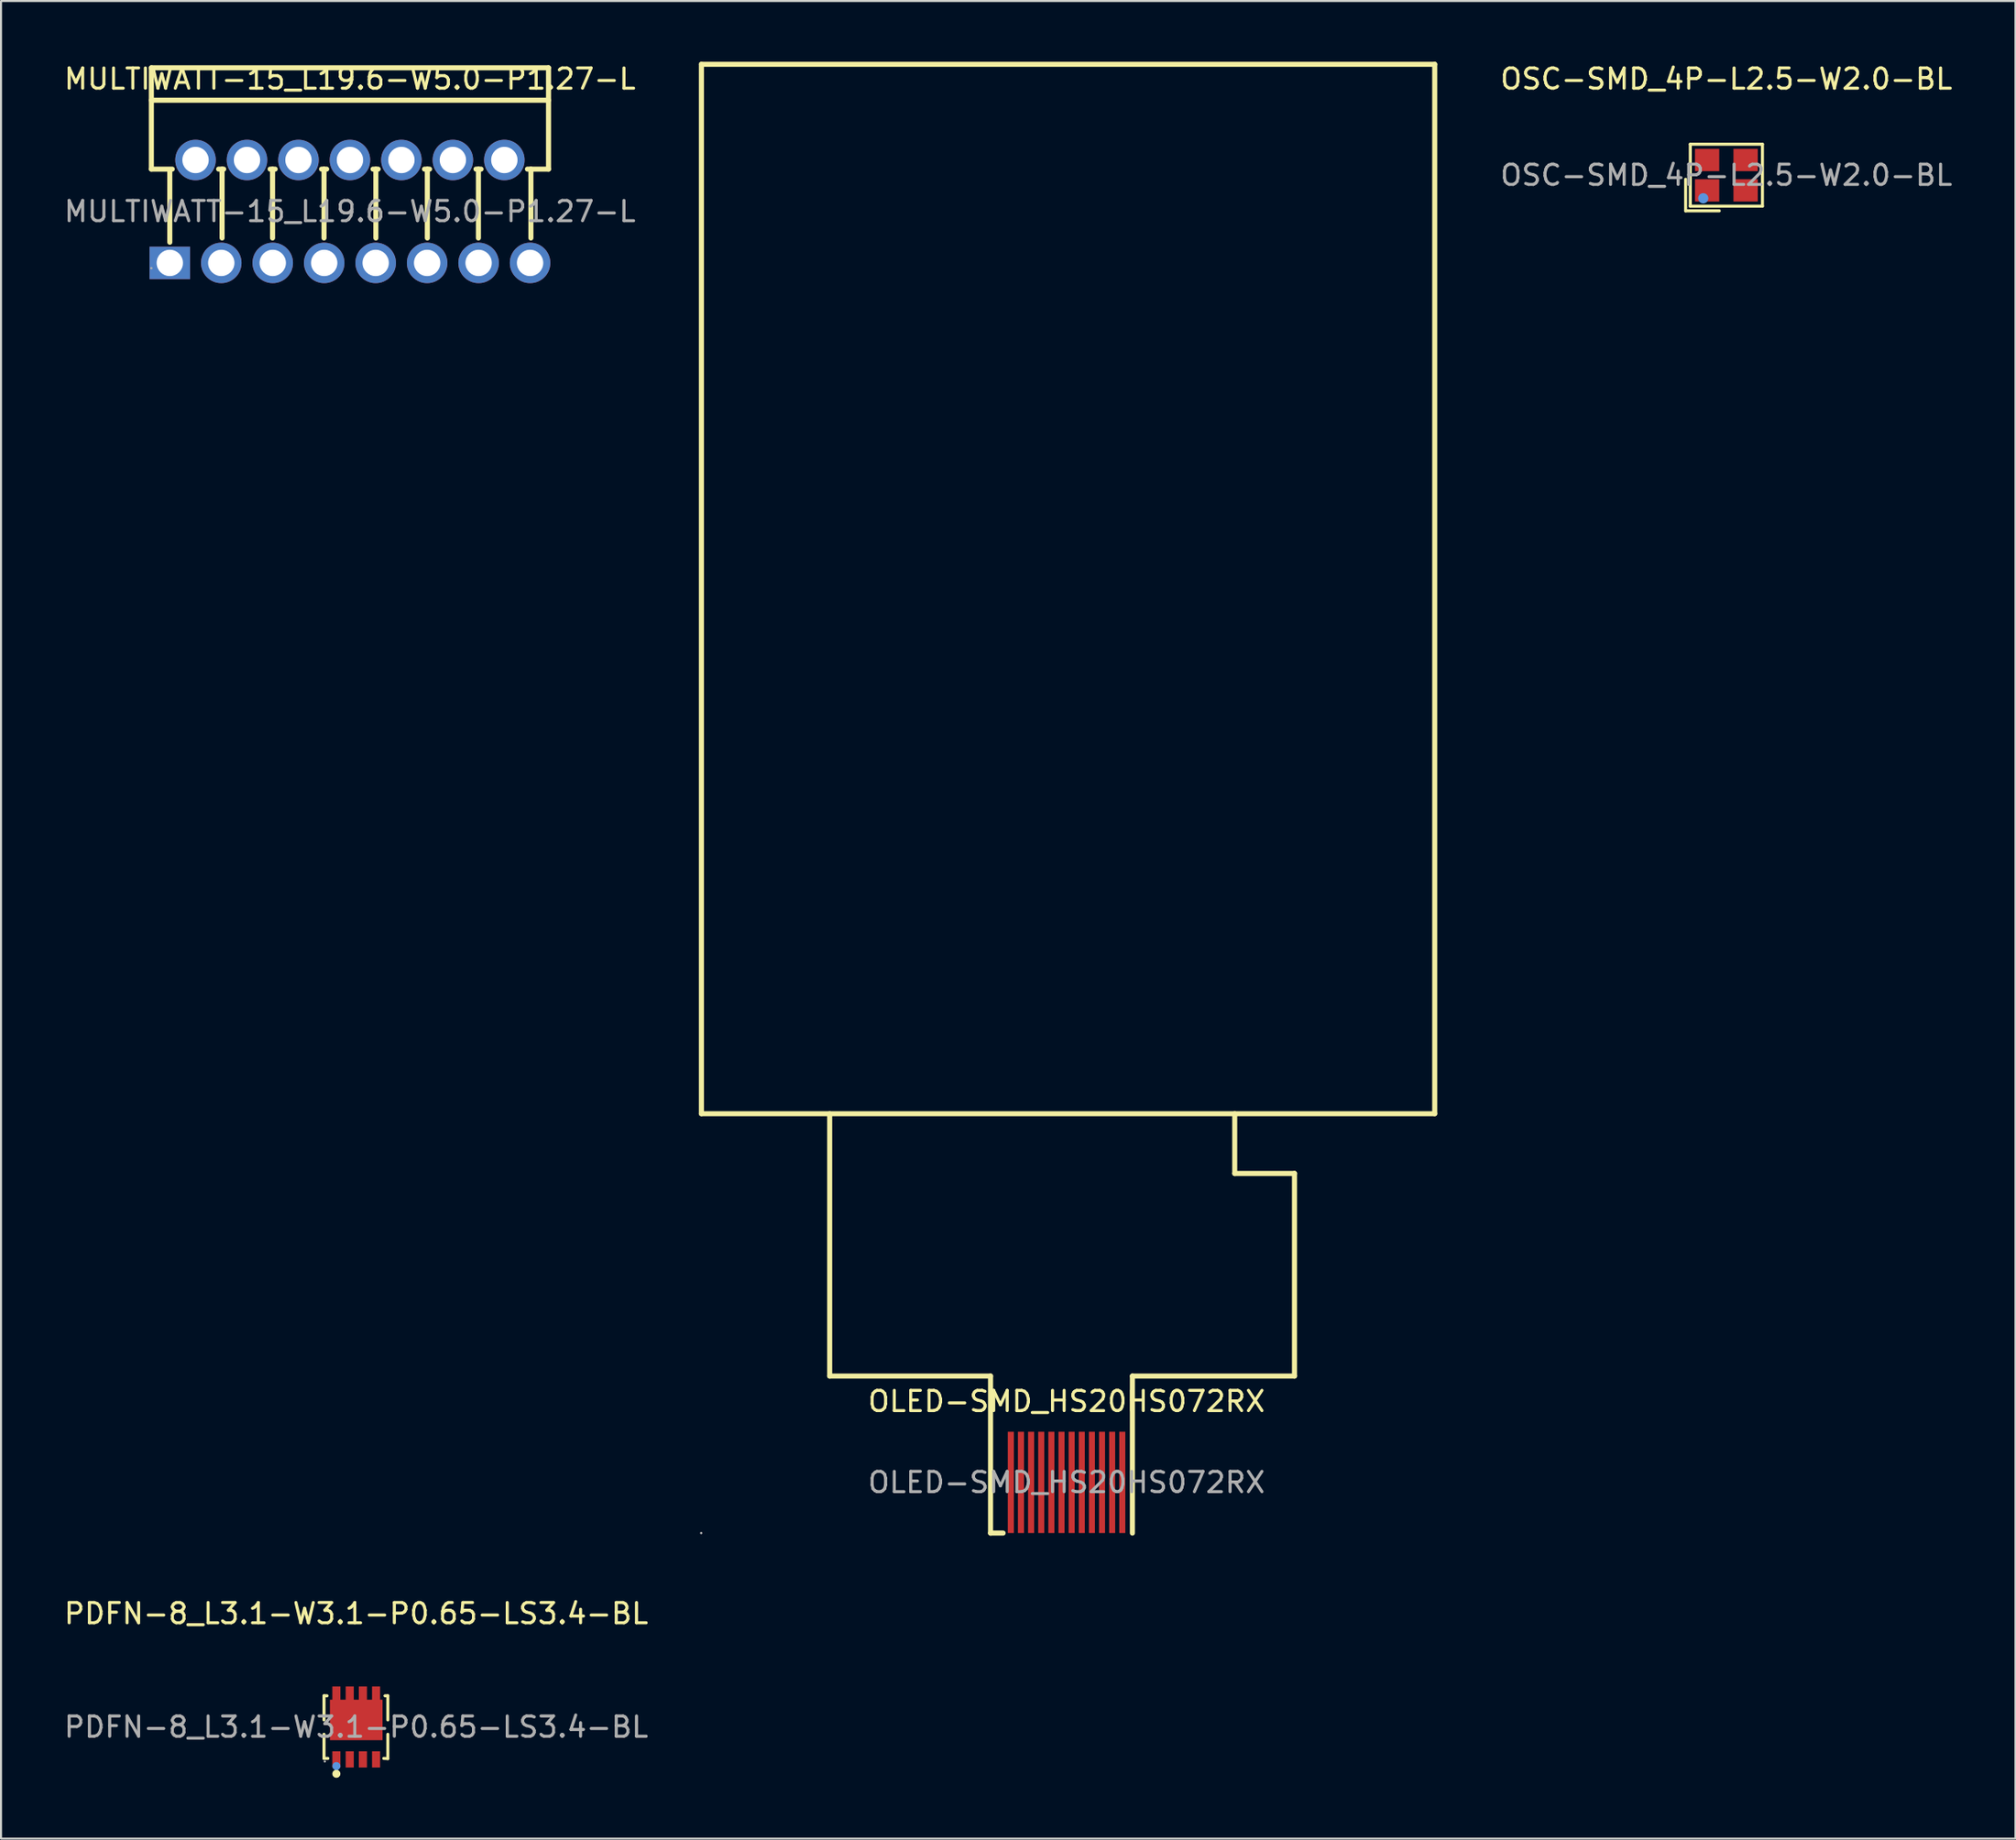
<source format=kicad_pcb>
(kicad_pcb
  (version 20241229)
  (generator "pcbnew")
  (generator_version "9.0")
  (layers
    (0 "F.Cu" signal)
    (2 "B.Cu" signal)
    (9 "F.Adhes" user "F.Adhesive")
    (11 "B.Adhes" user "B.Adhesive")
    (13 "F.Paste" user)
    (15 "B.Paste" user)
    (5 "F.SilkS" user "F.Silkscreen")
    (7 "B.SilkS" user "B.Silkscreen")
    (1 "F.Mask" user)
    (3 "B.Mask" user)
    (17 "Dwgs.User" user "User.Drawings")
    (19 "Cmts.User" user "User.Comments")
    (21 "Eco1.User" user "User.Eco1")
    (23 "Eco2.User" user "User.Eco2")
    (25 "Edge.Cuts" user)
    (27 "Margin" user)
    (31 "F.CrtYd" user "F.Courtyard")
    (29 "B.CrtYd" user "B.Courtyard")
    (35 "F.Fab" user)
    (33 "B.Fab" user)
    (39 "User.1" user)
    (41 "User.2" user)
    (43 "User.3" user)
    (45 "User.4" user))
  (footprint "PDFN-8_L3.1-W3.1-P0.65-LS3.4-BL"
    (layer "F.Cu")
    (at 14.53 82.198)
    (property "Reference" "PDFN-8_L3.1-W3.1-P0.65-LS3.4-BL" (at 0 -5.6 0) (layer "F.SilkS") (effects (font (size 1 1) (thickness 0.15))))
    (attr smd)
    (fp_line (start -1.59 -1.54) (end -1.44 -1.54) (stroke (width 0.15) (type solid)) (layer "F.SilkS"))
    (fp_line (start -1.59 -0.35) (end -1.59 -1.54) (stroke (width 0.15) (type solid)) (layer "F.SilkS"))
    (fp_line (start -1.59 1.55) (end -1.59 0.36) (stroke (width 0.15) (type solid)) (layer "F.SilkS"))
    (fp_line (start -1.59 1.55) (end -1.4 1.55) (stroke (width 0.15) (type solid)) (layer "F.SilkS"))
    (fp_line (start 1.36 1.55) (end 1.56 1.56) (stroke (width 0.15) (type solid)) (layer "F.SilkS"))
    (fp_line (start 1.42 -1.54) (end 1.56 -1.54) (stroke (width 0.15) (type solid)) (layer "F.SilkS"))
    (fp_line (start 1.56 -1.54) (end 1.56 -0.35) (stroke (width 0.15) (type solid)) (layer "F.SilkS"))
    (fp_line (start 1.56 0.36) (end 1.56 1.56) (stroke (width 0.15) (type solid)) (layer "F.SilkS"))
    (fp_circle (center -0.98 2.31) (end -0.88 2.31) (stroke (width 0.2) (type solid)) (fill no) (layer "F.SilkS"))
    (fp_circle (center -0.98 1.93) (end -0.88 1.93) (stroke (width 0.2) (type solid)) (fill no) (layer "Cmts.User"))
    (fp_circle (center -1.55 1.7) (end -1.52 1.7) (stroke (width 0.06) (type solid)) (fill no) (layer "F.Fab"))
    (fp_text user "${REFERENCE}" (at 0 0 0) (layer "F.Fab") (effects (font (size 1 1) (thickness 0.15))))
    (pad "1" smd rect (at -0.98 1.6) (size 0.4 0.8) (layers "F.Cu" "F.Mask" "F.Paste"))
    (pad "2" smd rect (at -0.32 1.6) (size 0.4 0.8) (layers "F.Cu" "F.Mask" "F.Paste"))
    (pad "3" smd rect (at 0.33 1.6) (size 0.4 0.8) (layers "F.Cu" "F.Mask" "F.Paste"))
    (pad "4" smd rect (at 0.98 1.6) (size 0.4 0.8) (layers "F.Cu" "F.Mask" "F.Paste"))
    (pad "5" smd rect (at 0.98 -1.6 180) (size 0.4 0.8) (layers "F.Cu" "F.Mask" "F.Paste"))
    (pad "6" smd rect (at 0.33 -1.6 180) (size 0.4 0.8) (layers "F.Cu" "F.Mask" "F.Paste"))
    (pad "7" smd rect (at -0.32 -1.6 180) (size 0.4 0.8) (layers "F.Cu" "F.Mask" "F.Paste"))
    (pad "8" smd rect (at -0.98 -1.6 180) (size 0.4 0.8) (layers "F.Cu" "F.Mask" "F.Paste"))
    (pad "9" smd rect (at 0 -0.35) (size 2.6 2) (layers "F.Cu" "F.Mask" "F.Paste")))
  (footprint "MULTIWATT-15_L19.6-W5.0-P1.27-L"
    (layer "F.Cu")
    (at 14.22 7.388)
    (property "Reference" "MULTIWATT-15_L19.6-W5.0-P1.27-L" (at 0 -6.54 0) (layer "F.SilkS") (effects (font (size 1 1) (thickness 0.15))))
    (attr smd)
    (fp_line (start -9.8 -7.09) (end 9.8 -7.09) (stroke (width 0.25) (type solid)) (layer "F.SilkS"))
    (fp_line (start -9.8 -5.49) (end 9.8 -5.49) (stroke (width 0.25) (type solid)) (layer "F.SilkS"))
    (fp_line (start -9.8 -2.09) (end -9.8 -7.09) (stroke (width 0.25) (type solid)) (layer "F.SilkS"))
    (fp_line (start -8.89 1.52) (end -8.89 -1.96) (stroke (width 0.25) (type solid)) (layer "F.SilkS"))
    (fp_line (start -8.77 -2.09) (end -9.8 -2.09) (stroke (width 0.25) (type solid)) (layer "F.SilkS"))
    (fp_line (start -6.31 -2.09) (end -6.31 1.31) (stroke (width 0.25) (type solid)) (layer "F.SilkS"))
    (fp_line (start -6.23 -2.09) (end -6.48 -2.09) (stroke (width 0.25) (type solid)) (layer "F.SilkS"))
    (fp_line (start -3.82 -2.09) (end -3.82 1.31) (stroke (width 0.25) (type solid)) (layer "F.SilkS"))
    (fp_line (start -3.69 -2.09) (end -3.94 -2.09) (stroke (width 0.25) (type solid)) (layer "F.SilkS"))
    (fp_line (start -1.28 -2.09) (end -1.28 1.31) (stroke (width 0.25) (type solid)) (layer "F.SilkS"))
    (fp_line (start -1.15 -2.09) (end -1.4 -2.09) (stroke (width 0.25) (type solid)) (layer "F.SilkS"))
    (fp_line (start 1.28 -2.09) (end 1.28 1.31) (stroke (width 0.25) (type solid)) (layer "F.SilkS"))
    (fp_line (start 1.39 -2.09) (end 1.14 -2.09) (stroke (width 0.25) (type solid)) (layer "F.SilkS"))
    (fp_line (start 3.82 -2.09) (end 3.82 1.31) (stroke (width 0.25) (type solid)) (layer "F.SilkS"))
    (fp_line (start 3.93 -2.09) (end 3.68 -2.09) (stroke (width 0.25) (type solid)) (layer "F.SilkS"))
    (fp_line (start 6.34 -2.09) (end 6.34 1.31) (stroke (width 0.25) (type solid)) (layer "F.SilkS"))
    (fp_line (start 6.47 -2.09) (end 6.22 -2.09) (stroke (width 0.25) (type solid)) (layer "F.SilkS"))
    (fp_line (start 8.93 -2.09) (end 8.93 1.31) (stroke (width 0.25) (type solid)) (layer "F.SilkS"))
    (fp_line (start 9.8 -7.09) (end 9.8 -2.09) (stroke (width 0.25) (type solid)) (layer "F.SilkS"))
    (fp_line (start 9.8 -2.09) (end 8.76 -2.09) (stroke (width 0.25) (type solid)) (layer "F.SilkS"))
    (fp_circle (center -9.8 2.8) (end -9.77 2.8) (stroke (width 0.06) (type solid)) (fill no) (layer "F.Fab"))
    (fp_text user "${REFERENCE}" (at 0 0 0) (layer "F.Fab") (effects (font (size 1 1) (thickness 0.15))))
    (pad "1" thru_hole rect (at -8.89 2.54) (size 2 1.6) (drill 1.3) (layers "*.Cu" "*.Mask"))
    (pad "2" thru_hole circle (at -7.62 -2.54) (size 2 2) (drill 1.3) (layers "*.Cu" "*.Mask"))
    (pad "3" thru_hole circle (at -6.35 2.54) (size 2 2) (drill 1.3) (layers "*.Cu" "*.Mask"))
    (pad "4" thru_hole circle (at -5.08 -2.54) (size 2 2) (drill 1.3) (layers "*.Cu" "*.Mask"))
    (pad "5" thru_hole circle (at -3.81 2.54) (size 2 2) (drill 1.3) (layers "*.Cu" "*.Mask"))
    (pad "6" thru_hole circle (at -2.54 -2.54) (size 2 2) (drill 1.3) (layers "*.Cu" "*.Mask"))
    (pad "7" thru_hole circle (at -1.27 2.54) (size 2 2) (drill 1.3) (layers "*.Cu" "*.Mask"))
    (pad "8" thru_hole circle (at 0 -2.54) (size 2 2) (drill 1.3) (layers "*.Cu" "*.Mask"))
    (pad "9" thru_hole circle (at 1.27 2.54) (size 2 2) (drill 1.3) (layers "*.Cu" "*.Mask"))
    (pad "10" thru_hole circle (at 2.54 -2.54) (size 2 2) (drill 1.3) (layers "*.Cu" "*.Mask"))
    (pad "11" thru_hole circle (at 3.81 2.54) (size 2 2) (drill 1.3) (layers "*.Cu" "*.Mask"))
    (pad "12" thru_hole circle (at 5.08 -2.54) (size 2 2) (drill 1.3) (layers "*.Cu" "*.Mask"))
    (pad "13" thru_hole circle (at 6.35 2.54) (size 2 2) (drill 1.3) (layers "*.Cu" "*.Mask"))
    (pad "14" thru_hole circle (at 7.62 -2.54) (size 2 2) (drill 1.3) (layers "*.Cu" "*.Mask"))
    (pad "15" thru_hole circle (at 8.89 2.54) (size 2 2) (drill 1.3) (layers "*.Cu" "*.Mask")))
  (footprint "OLED-SMD_HS20HS072RX"
    (layer "F.Cu")
    (at 49.585 70.125)
    (property "Reference" "OLED-SMD_HS20HS072RX" (at 0 -4 0) (layer "F.SilkS") (effects (font (size 1 1) (thickness 0.15))))
    (attr through_hole)
    (fp_line (start -18.02 -70) (end -18.02 -18.2) (stroke (width 0.25) (type solid)) (layer "F.SilkS"))
    (fp_line (start -18.02 -18.2) (end 18.17 -18.2) (stroke (width 0.25) (type solid)) (layer "F.SilkS"))
    (fp_line (start -11.69 -5.25) (end -11.69 -18.2) (stroke (width 0.25) (type solid)) (layer "F.SilkS"))
    (fp_line (start -3.75 -5.25) (end -11.69 -5.25) (stroke (width 0.25) (type solid)) (layer "F.SilkS"))
    (fp_line (start -3.75 2.5) (end -3.75 -5.25) (stroke (width 0.25) (type solid)) (layer "F.SilkS"))
    (fp_line (start -3.75 2.5) (end -3.13 2.5) (stroke (width 0.25) (type solid)) (layer "F.SilkS"))
    (fp_line (start 3.25 -5.25) (end 11.25 -5.25) (stroke (width 0.25) (type solid)) (layer "F.SilkS"))
    (fp_line (start 3.25 2.5) (end 3.25 -5.25) (stroke (width 0.25) (type solid)) (layer "F.SilkS"))
    (fp_line (start 8.3 -15.25) (end 8.3 -18.2) (stroke (width 0.25) (type solid)) (layer "F.SilkS"))
    (fp_line (start 11.25 -15.25) (end 8.3 -15.25) (stroke (width 0.25) (type solid)) (layer "F.SilkS"))
    (fp_line (start 11.25 -5.25) (end 11.25 -15.25) (stroke (width 0.25) (type solid)) (layer "F.SilkS"))
    (fp_line (start 18.17 -70) (end -18.02 -70) (stroke (width 0.25) (type solid)) (layer "F.SilkS"))
    (fp_line (start 18.17 -18.2) (end 18.17 -70) (stroke (width 0.25) (type solid)) (layer "F.SilkS"))
    (fp_circle (center -18.03 2.5) (end -18 2.5) (stroke (width 0.06) (type solid)) (fill no) (layer "F.Fab"))
    (fp_text user "${REFERENCE}" (at 0 0 0) (layer "F.Fab") (effects (font (size 1 1) (thickness 0.15))))
    (pad "1" smd rect (at -2.75 0) (size 0.3 5) (layers "F.Cu" "F.Mask" "F.Paste"))
    (pad "2" smd rect (at -2.25 0) (size 0.3 5) (layers "F.Cu" "F.Mask" "F.Paste"))
    (pad "3" smd rect (at -1.75 0) (size 0.3 5) (layers "F.Cu" "F.Mask" "F.Paste"))
    (pad "4" smd rect (at -1.25 0) (size 0.3 5) (layers "F.Cu" "F.Mask" "F.Paste"))
    (pad "5" smd rect (at -0.75 0) (size 0.3 5) (layers "F.Cu" "F.Mask" "F.Paste"))
    (pad "6" smd rect (at -0.25 0) (size 0.3 5) (layers "F.Cu" "F.Mask" "F.Paste"))
    (pad "7" smd rect (at 0.25 0) (size 0.3 5) (layers "F.Cu" "F.Mask" "F.Paste"))
    (pad "8" smd rect (at 0.75 0) (size 0.3 5) (layers "F.Cu" "F.Mask" "F.Paste"))
    (pad "9" smd rect (at 1.25 0) (size 0.3 5) (layers "F.Cu" "F.Mask" "F.Paste"))
    (pad "10" smd rect (at 1.75 0) (size 0.3 5) (layers "F.Cu" "F.Mask" "F.Paste"))
    (pad "11" smd rect (at 2.25 0) (size 0.3 5) (layers "F.Cu" "F.Mask" "F.Paste"))
    (pad "12" smd rect (at 2.75 0) (size 0.3 5) (layers "F.Cu" "F.Mask" "F.Paste")))
  (footprint "OSC-SMD_4P-L2.5-W2.0-BL"
    (layer "F.Cu")
    (at 82.148 5.598)
    (property "Reference" "OSC-SMD_4P-L2.5-W2.0-BL" (at 0 -4.75 0) (layer "F.SilkS") (effects (font (size 1 1) (thickness 0.15))))
    (attr smd)
    (fp_line (start -2.01 0.2) (end -2.01 1.76) (stroke (width 0.15) (type solid)) (layer "F.SilkS"))
    (fp_line (start -2.01 1.76) (end -0.35 1.76) (stroke (width 0.15) (type solid)) (layer "F.SilkS"))
    (fp_line (start -1.78 -1.53) (end 1.78 -1.53) (stroke (width 0.15) (type solid)) (layer "F.SilkS"))
    (fp_line (start -1.78 1.53) (end -1.78 -1.53) (stroke (width 0.15) (type solid)) (layer "F.SilkS"))
    (fp_line (start 1.78 -1.53) (end 1.78 1.53) (stroke (width 0.15) (type solid)) (layer "F.SilkS"))
    (fp_line (start 1.78 1.53) (end -1.78 1.53) (stroke (width 0.15) (type solid)) (layer "F.SilkS"))
    (fp_circle (center -1.14 1.14) (end -1.01 1.14) (stroke (width 0.25) (type solid)) (fill no) (layer "Cmts.User"))
    (fp_circle (center -1.25 1) (end -1.22 1) (stroke (width 0.06) (type solid)) (fill no) (layer "F.Fab"))
    (fp_text user "${REFERENCE}" (at 0 0 0) (layer "F.Fab") (effects (font (size 1 1) (thickness 0.15))))
    (pad "1" smd rect (at -0.95 0.75) (size 1.2 1.1) (layers "F.Cu" "F.Mask" "F.Paste"))
    (pad "2" smd rect (at 0.95 0.75) (size 1.2 1.1) (layers "F.Cu" "F.Mask" "F.Paste"))
    (pad "3" smd rect (at 0.95 -0.75) (size 1.2 1.1) (layers "F.Cu" "F.Mask" "F.Paste"))
    (pad "4" smd rect (at -0.95 -0.75) (size 1.2 1.1) (layers "F.Cu" "F.Mask" "F.Paste")))
  (gr_rect
    (start -3 -3)
    (end 96.416 87.708)
    (stroke (width 0.1) (type default))
    (fill no)
    (layer "Edge.Cuts")))
</source>
